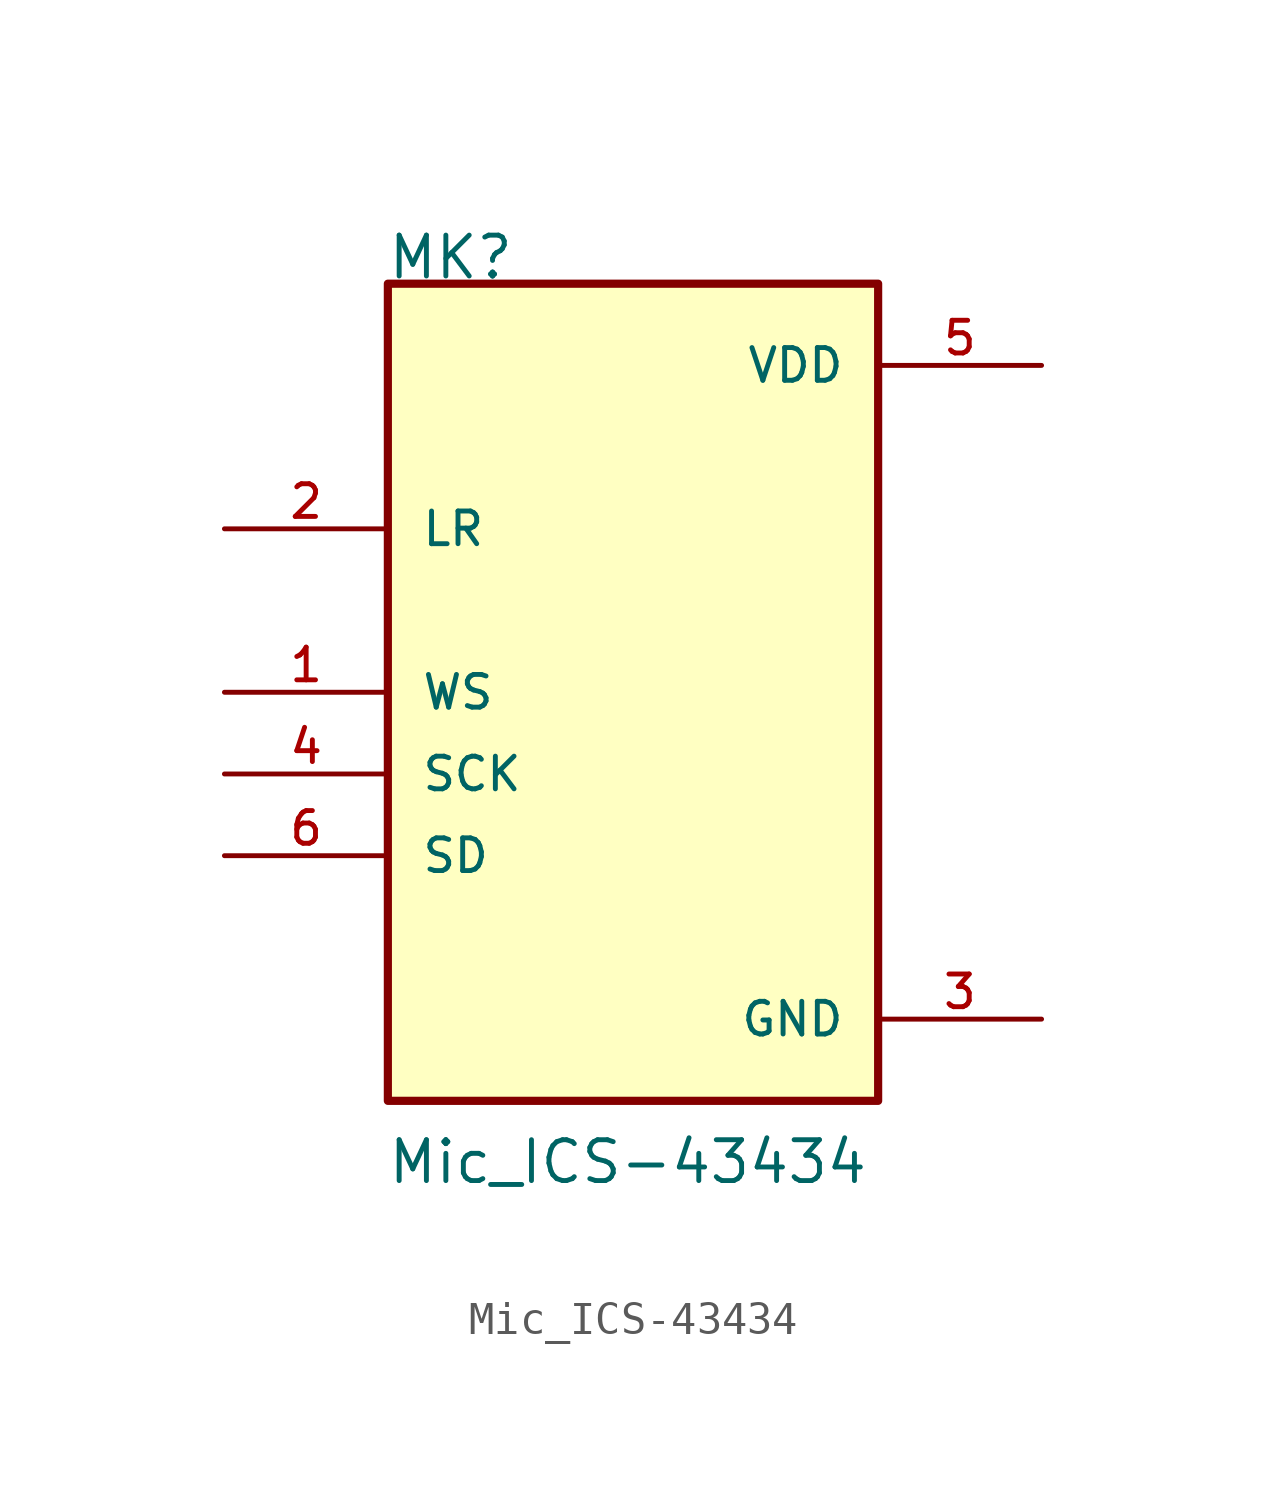
<source format=kicad_sym>
(kicad_symbol_lib
  (version 20201005)
  (generator kicad_symbol_editor)
  (symbol "NB3_ear:Mic_ICS-43434"
    (pin_names
      (offset 1.016))
    (property "Reference" "MK"
      (at -7.671 12.776 0)
      (effects (font (size 1.27 1.27)) (justify left bottom)))
    (property "Value" "Mic_ICS-43434"
      (at -7.671 -15.342 0)
      (effects (font (size 1.27 1.27)) (justify left bottom)))
    (symbol "Mic_ICS-43434_0_0"
      (rectangle (start -7.62 -12.7) (end 7.62 12.7) (stroke (width 0.254)) (fill (type background)))
      (pin input line (at -12.7 0 0) (length 5.08) (name "WS" (effects (font (size 1.016 1.016)))) (number "1" (effects (font (size 1.016 1.016)))))
      (pin input line (at -12.7 5.08 0) (length 5.08) (name "LR" (effects (font (size 1.016 1.016)))) (number "2" (effects (font (size 1.016 1.016)))))
      (pin power_in line (at 12.7 -10.16 180) (length 5.08) (name "GND" (effects (font (size 1.016 1.016)))) (number "3" (effects (font (size 1.016 1.016)))))
      (pin input line (at -12.7 -2.54 0) (length 5.08) (name "SCK" (effects (font (size 1.016 1.016)))) (number "4" (effects (font (size 1.016 1.016)))))
      (pin power_in line (at 12.7 10.16 180) (length 5.08) (name "VDD" (effects (font (size 1.016 1.016)))) (number "5" (effects (font (size 1.016 1.016)))))
      (pin output line (at -12.7 -5.08 0) (length 5.08) (name "SD" (effects (font (size 1.016 1.016)))) (number "6" (effects (font (size 1.016 1.016))))))))
</source>
